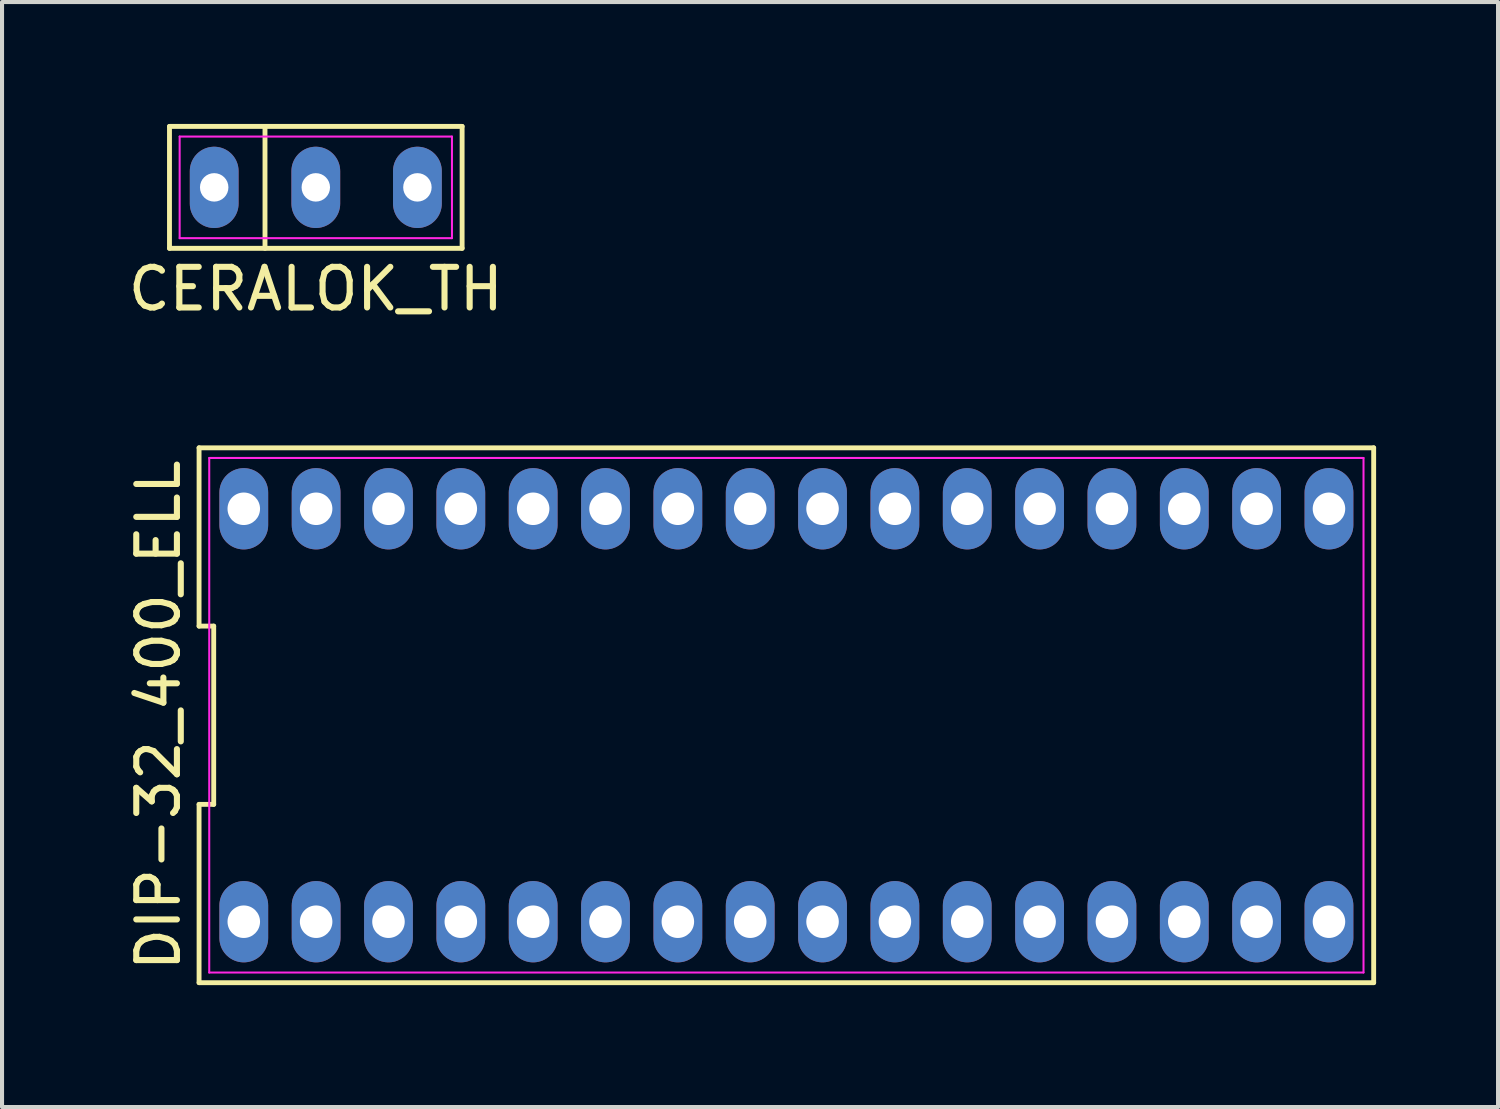
<source format=kicad_pcb>
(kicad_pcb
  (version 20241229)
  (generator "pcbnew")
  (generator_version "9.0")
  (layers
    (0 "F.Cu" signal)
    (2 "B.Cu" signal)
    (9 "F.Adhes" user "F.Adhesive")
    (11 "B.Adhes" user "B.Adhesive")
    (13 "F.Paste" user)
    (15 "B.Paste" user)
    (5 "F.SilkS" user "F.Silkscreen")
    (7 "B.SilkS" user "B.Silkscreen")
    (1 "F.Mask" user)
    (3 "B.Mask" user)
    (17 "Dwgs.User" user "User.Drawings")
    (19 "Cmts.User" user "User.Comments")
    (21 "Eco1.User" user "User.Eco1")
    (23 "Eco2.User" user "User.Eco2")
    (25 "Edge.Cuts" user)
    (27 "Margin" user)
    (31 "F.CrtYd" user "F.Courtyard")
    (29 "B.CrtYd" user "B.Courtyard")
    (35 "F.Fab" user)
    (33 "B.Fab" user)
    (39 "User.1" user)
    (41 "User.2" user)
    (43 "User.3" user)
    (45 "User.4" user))
  (footprint "DIP-32_400_ELL"
    (layer "F.Cu")
    (at 16.298 14.548)
    (property "Reference" "DIP-32_400_ELL" (at -15.45 0 90) (layer "F.SilkS") (effects (font (size 1 1) (thickness 0.15))))
    (attr through_hole)
    (fp_line (start -14.45 -6.58) (end -14.45 -2.193) (stroke (width 0.12) (type solid)) (layer "F.SilkS"))
    (fp_line (start -14.45 -2.193) (end -14.09 -2.193) (stroke (width 0.12) (type solid)) (layer "F.SilkS"))
    (fp_line (start -14.45 2.193) (end -14.45 6.58) (stroke (width 0.12) (type solid)) (layer "F.SilkS"))
    (fp_line (start -14.45 6.58) (end 14.45 6.58) (stroke (width 0.12) (type solid)) (layer "F.SilkS"))
    (fp_line (start -14.09 -2.193) (end -14.09 2.193) (stroke (width 0.12) (type solid)) (layer "F.SilkS"))
    (fp_line (start -14.09 2.193) (end -14.45 2.193) (stroke (width 0.12) (type solid)) (layer "F.SilkS"))
    (fp_line (start 14.45 -6.58) (end -14.45 -6.58) (stroke (width 0.12) (type solid)) (layer "F.SilkS"))
    (fp_line (start 14.45 6.58) (end 14.45 -6.58) (stroke (width 0.12) (type solid)) (layer "F.SilkS"))
    (fp_line (start -14.2 -6.33) (end 14.2 -6.33) (stroke (width 0.05) (type solid)) (layer "F.CrtYd"))
    (fp_line (start -14.2 6.33) (end -14.2 -6.33) (stroke (width 0.05) (type solid)) (layer "F.CrtYd"))
    (fp_line (start 14.2 -6.33) (end 14.2 6.33) (stroke (width 0.05) (type solid)) (layer "F.CrtYd"))
    (fp_line (start 14.2 6.33) (end -14.2 6.33) (stroke (width 0.05) (type solid)) (layer "F.CrtYd"))
    (pad "1" thru_hole oval (at -13.35 5.08) (size 1.2 2) (drill 0.8) (layers "*.Cu" "*.Mask"))
    (pad "2" thru_hole oval (at -11.57 5.08) (size 1.2 2) (drill 0.8) (layers "*.Cu" "*.Mask"))
    (pad "3" thru_hole oval (at -9.79 5.08) (size 1.2 2) (drill 0.8) (layers "*.Cu" "*.Mask"))
    (pad "4" thru_hole oval (at -8.01 5.08) (size 1.2 2) (drill 0.8) (layers "*.Cu" "*.Mask"))
    (pad "5" thru_hole oval (at -6.23 5.08) (size 1.2 2) (drill 0.8) (layers "*.Cu" "*.Mask"))
    (pad "6" thru_hole oval (at -4.45 5.08) (size 1.2 2) (drill 0.8) (layers "*.Cu" "*.Mask"))
    (pad "7" thru_hole oval (at -2.67 5.08) (size 1.2 2) (drill 0.8) (layers "*.Cu" "*.Mask"))
    (pad "8" thru_hole oval (at -0.89 5.08) (size 1.2 2) (drill 0.8) (layers "*.Cu" "*.Mask"))
    (pad "9" thru_hole oval (at 0.89 5.08) (size 1.2 2) (drill 0.8) (layers "*.Cu" "*.Mask"))
    (pad "10" thru_hole oval (at 2.67 5.08) (size 1.2 2) (drill 0.8) (layers "*.Cu" "*.Mask"))
    (pad "11" thru_hole oval (at 4.45 5.08) (size 1.2 2) (drill 0.8) (layers "*.Cu" "*.Mask"))
    (pad "12" thru_hole oval (at 6.23 5.08) (size 1.2 2) (drill 0.8) (layers "*.Cu" "*.Mask"))
    (pad "13" thru_hole oval (at 8.01 5.08) (size 1.2 2) (drill 0.8) (layers "*.Cu" "*.Mask"))
    (pad "14" thru_hole oval (at 9.79 5.08) (size 1.2 2) (drill 0.8) (layers "*.Cu" "*.Mask"))
    (pad "15" thru_hole oval (at 11.57 5.08) (size 1.2 2) (drill 0.8) (layers "*.Cu" "*.Mask"))
    (pad "16" thru_hole oval (at 13.35 5.08) (size 1.2 2) (drill 0.8) (layers "*.Cu" "*.Mask"))
    (pad "17" thru_hole oval (at 13.35 -5.08) (size 1.2 2) (drill 0.8) (layers "*.Cu" "*.Mask"))
    (pad "18" thru_hole oval (at 11.57 -5.08) (size 1.2 2) (drill 0.8) (layers "*.Cu" "*.Mask"))
    (pad "19" thru_hole oval (at 9.79 -5.08) (size 1.2 2) (drill 0.8) (layers "*.Cu" "*.Mask"))
    (pad "20" thru_hole oval (at 8.01 -5.08) (size 1.2 2) (drill 0.8) (layers "*.Cu" "*.Mask"))
    (pad "21" thru_hole oval (at 6.23 -5.08) (size 1.2 2) (drill 0.8) (layers "*.Cu" "*.Mask"))
    (pad "22" thru_hole oval (at 4.45 -5.08) (size 1.2 2) (drill 0.8) (layers "*.Cu" "*.Mask"))
    (pad "23" thru_hole oval (at 2.67 -5.08) (size 1.2 2) (drill 0.8) (layers "*.Cu" "*.Mask"))
    (pad "24" thru_hole oval (at 0.89 -5.08) (size 1.2 2) (drill 0.8) (layers "*.Cu" "*.Mask"))
    (pad "25" thru_hole oval (at -0.89 -5.08) (size 1.2 2) (drill 0.8) (layers "*.Cu" "*.Mask"))
    (pad "26" thru_hole oval (at -2.67 -5.08) (size 1.2 2) (drill 0.8) (layers "*.Cu" "*.Mask"))
    (pad "27" thru_hole oval (at -4.45 -5.08) (size 1.2 2) (drill 0.8) (layers "*.Cu" "*.Mask"))
    (pad "28" thru_hole oval (at -6.23 -5.08) (size 1.2 2) (drill 0.8) (layers "*.Cu" "*.Mask"))
    (pad "29" thru_hole oval (at -8.01 -5.08) (size 1.2 2) (drill 0.8) (layers "*.Cu" "*.Mask"))
    (pad "30" thru_hole oval (at -9.79 -5.08) (size 1.2 2) (drill 0.8) (layers "*.Cu" "*.Mask"))
    (pad "31" thru_hole oval (at -11.57 -5.08) (size 1.2 2) (drill 0.8) (layers "*.Cu" "*.Mask"))
    (pad "32" thru_hole oval (at -13.35 -5.08) (size 1.2 2) (drill 0.8) (layers "*.Cu" "*.Mask")))
  (footprint "CERALOK_TH"
    (layer "F.Cu")
    (at 4.72 1.56)
    (property "Reference" "CERALOK_TH" (at 0 2.5 0) (layer "F.SilkS") (effects (font (size 1 1) (thickness 0.15))))
    (attr through_hole)
    (fp_line (start -3.6 -1.5) (end 3.6 -1.5) (stroke (width 0.12) (type solid)) (layer "F.SilkS"))
    (fp_line (start -3.6 1.5) (end -3.6 -1.5) (stroke (width 0.12) (type solid)) (layer "F.SilkS"))
    (fp_line (start -1.25 -1.5) (end -1.25 1.5) (stroke (width 0.12) (type solid)) (layer "F.SilkS"))
    (fp_line (start 3.6 -1.5) (end 3.6 1.5) (stroke (width 0.12) (type solid)) (layer "F.SilkS"))
    (fp_line (start 3.6 1.5) (end -3.6 1.5) (stroke (width 0.12) (type solid)) (layer "F.SilkS"))
    (fp_line (start -3.35 -1.25) (end 3.35 -1.25) (stroke (width 0.05) (type solid)) (layer "F.CrtYd"))
    (fp_line (start -3.35 1.25) (end -3.35 -1.25) (stroke (width 0.05) (type solid)) (layer "F.CrtYd"))
    (fp_line (start 3.35 -1.25) (end 3.35 1.25) (stroke (width 0.05) (type solid)) (layer "F.CrtYd"))
    (fp_line (start 3.35 1.25) (end -3.35 1.25) (stroke (width 0.05) (type solid)) (layer "F.CrtYd"))
    (pad "1" thru_hole oval (at -2.5 0) (size 1.2 2) (drill 0.7) (layers "*.Cu" "*.Mask"))
    (pad "2" thru_hole oval (at 0 0) (size 1.2 2) (drill 0.7) (layers "*.Cu" "*.Mask"))
    (pad "3" thru_hole oval (at 2.5 0) (size 1.2 2) (drill 0.7) (layers "*.Cu" "*.Mask")))
  (gr_rect
    (start -3 -3)
    (end 33.808 24.188)
    (stroke (width 0.1) (type default))
    (fill no)
    (layer "Edge.Cuts")))
</source>
